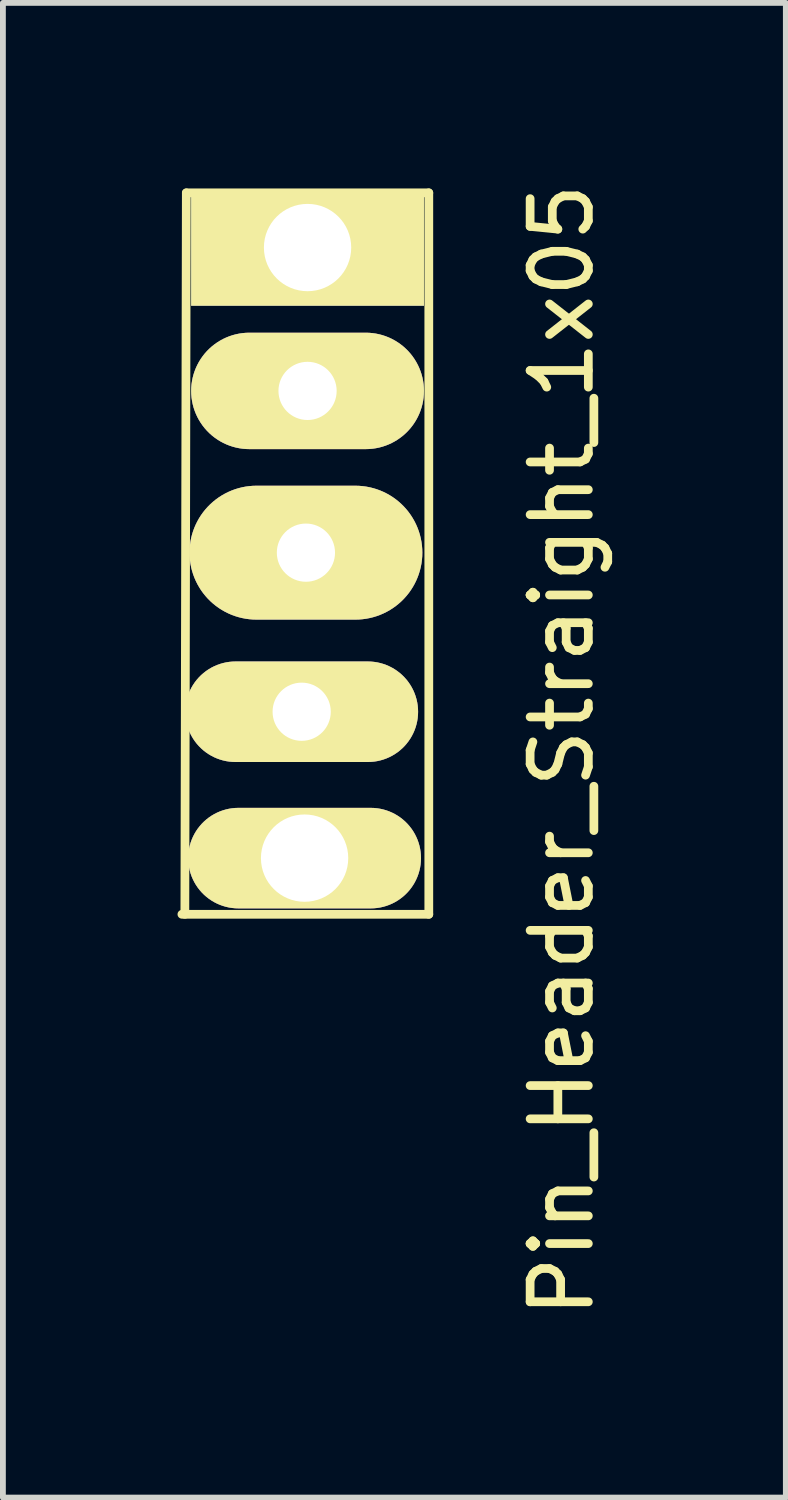
<source format=kicad_pcb>
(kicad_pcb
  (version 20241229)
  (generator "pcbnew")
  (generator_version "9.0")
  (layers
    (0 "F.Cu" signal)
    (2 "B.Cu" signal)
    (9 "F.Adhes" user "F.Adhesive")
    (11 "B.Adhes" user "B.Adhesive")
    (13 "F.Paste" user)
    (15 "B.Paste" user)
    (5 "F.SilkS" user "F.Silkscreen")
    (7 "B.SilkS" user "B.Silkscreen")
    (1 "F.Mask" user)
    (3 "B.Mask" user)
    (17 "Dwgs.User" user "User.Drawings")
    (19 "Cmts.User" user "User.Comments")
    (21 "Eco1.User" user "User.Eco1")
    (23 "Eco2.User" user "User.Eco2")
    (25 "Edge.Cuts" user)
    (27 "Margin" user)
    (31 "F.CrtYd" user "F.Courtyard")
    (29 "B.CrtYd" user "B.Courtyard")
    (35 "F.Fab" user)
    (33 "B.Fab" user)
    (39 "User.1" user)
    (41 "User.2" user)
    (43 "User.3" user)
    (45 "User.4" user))
  (footprint "Pin_Header_Straight_1x05"
    (layer "F.Cu")
    (at 0.253 0.339)
    (property "Reference" "Pin_Header_Straight_1x05" (at 6.35 9.5 90) (layer "F.SilkS") (effects (font (size 1 1) (thickness 0.15))))
    (attr through_hole)
    (fp_line (start -0.178 12.319) (end 4.064 12.319) (stroke (width 0.15) (type solid)) (layer "F.SilkS"))
    (fp_line (start -0.102 -0.076) (end -0.127 12.319) (stroke (width 0.15) (type solid)) (layer "F.SilkS"))
    (fp_line (start 4.064 -0.076) (end -0.102 -0.076) (stroke (width 0.15) (type solid)) (layer "F.SilkS"))
    (fp_line (start 4.064 12.319) (end 4.064 -0.076) (stroke (width 0.15) (type solid)) (layer "F.SilkS"))
    (pad "1" thru_hole oval (at 1.953 6.106) (size 4 2.3) (drill 1) (layers "*.Cu" "*.Mask" "F.SilkS"))
    (pad "2" thru_hole oval (at 1.981 3.327) (size 4 2) (drill 1) (layers "*.Cu" "*.Mask" "F.SilkS"))
    (pad "3" thru_hole rect (at 1.981 0.864) (size 4 2) (drill 1.5) (layers "*.Cu" "*.Mask" "F.SilkS"))
    (pad "4" thru_hole oval (at 1.88 8.839) (size 4 1.727) (drill 1) (layers "*.Cu" "*.Mask" "F.SilkS"))
    (pad "5" thru_hole oval (at 1.93 11.354) (size 4 1.727) (drill 1.5) (layers "*.Cu" "*.Mask" "F.SilkS")))
  (gr_rect
    (start -3 -3)
    (end 10.451 22.679)
    (stroke (width 0.1) (type default))
    (fill no)
    (layer "Edge.Cuts")))
</source>
